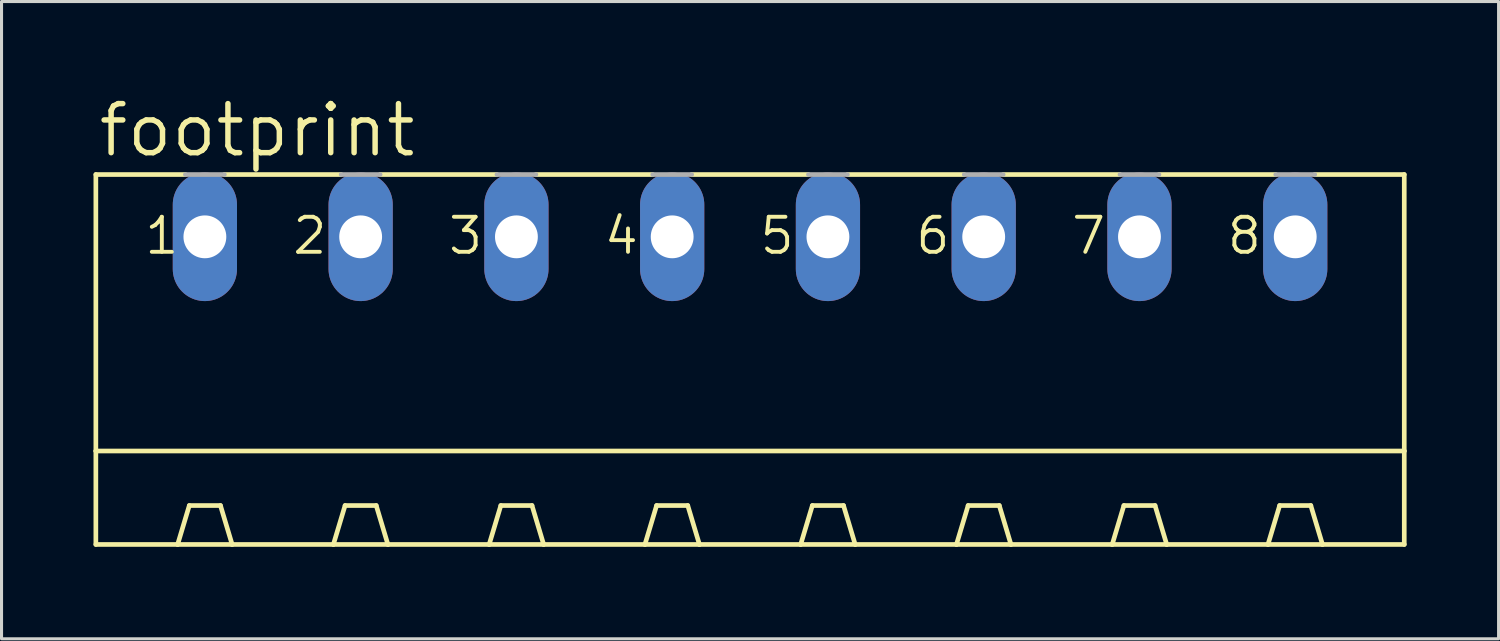
<source format=kicad_pcb>
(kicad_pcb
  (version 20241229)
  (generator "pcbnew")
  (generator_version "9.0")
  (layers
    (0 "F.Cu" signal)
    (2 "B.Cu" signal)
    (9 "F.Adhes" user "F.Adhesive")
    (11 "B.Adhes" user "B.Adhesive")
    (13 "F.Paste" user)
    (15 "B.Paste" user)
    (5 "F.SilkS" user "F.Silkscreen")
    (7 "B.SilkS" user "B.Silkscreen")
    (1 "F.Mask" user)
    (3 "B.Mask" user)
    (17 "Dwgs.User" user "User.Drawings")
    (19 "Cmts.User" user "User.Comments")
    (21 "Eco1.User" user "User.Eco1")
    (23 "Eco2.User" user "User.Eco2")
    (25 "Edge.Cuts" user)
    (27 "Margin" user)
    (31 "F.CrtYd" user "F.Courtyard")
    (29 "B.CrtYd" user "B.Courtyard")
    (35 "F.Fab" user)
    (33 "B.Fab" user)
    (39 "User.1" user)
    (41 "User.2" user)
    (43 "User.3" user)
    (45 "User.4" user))
  (footprint "footprint"
    (layer "F.Cu")
    (at 21.412 9.754)
    (property "Reference" "footprint" (at -21.336 -7.62 0) (layer "F.SilkS") (effects (font (size 1.6 1.6) (thickness 0.178)) (justify left bottom)))
    (fp_line (start -21.336 -7.112) (end -21.336 1.905) (stroke (width 0.152) (type solid)) (layer "F.SilkS"))
    (fp_line (start -21.336 -7.112) (end -18.415 -7.112) (stroke (width 0.152) (type solid)) (layer "F.SilkS"))
    (fp_line (start -21.336 1.905) (end -21.336 4.953) (stroke (width 0.152) (type solid)) (layer "F.SilkS"))
    (fp_line (start -21.336 1.905) (end 21.336 1.905) (stroke (width 0.152) (type solid)) (layer "F.SilkS"))
    (fp_line (start -21.336 4.953) (end -18.669 4.953) (stroke (width 0.152) (type solid)) (layer "F.SilkS"))
    (fp_line (start -18.669 4.953) (end -18.288 3.683) (stroke (width 0.152) (type solid)) (layer "F.SilkS"))
    (fp_line (start -18.669 4.953) (end -16.891 4.953) (stroke (width 0.152) (type solid)) (layer "F.SilkS"))
    (fp_line (start -17.272 3.683) (end -18.288 3.683) (stroke (width 0.152) (type solid)) (layer "F.SilkS"))
    (fp_line (start -17.145 -7.112) (end -13.335 -7.112) (stroke (width 0.152) (type solid)) (layer "F.SilkS"))
    (fp_line (start -16.891 4.953) (end -17.272 3.683) (stroke (width 0.152) (type solid)) (layer "F.SilkS"))
    (fp_line (start -16.891 4.953) (end -13.589 4.953) (stroke (width 0.152) (type solid)) (layer "F.SilkS"))
    (fp_line (start -13.589 4.953) (end -13.208 3.683) (stroke (width 0.152) (type solid)) (layer "F.SilkS"))
    (fp_line (start -13.589 4.953) (end -11.811 4.953) (stroke (width 0.152) (type solid)) (layer "F.SilkS"))
    (fp_line (start -13.208 3.683) (end -12.192 3.683) (stroke (width 0.152) (type solid)) (layer "F.SilkS"))
    (fp_line (start -12.065 -7.112) (end -8.255 -7.112) (stroke (width 0.152) (type solid)) (layer "F.SilkS"))
    (fp_line (start -11.811 4.953) (end -12.192 3.683) (stroke (width 0.152) (type solid)) (layer "F.SilkS"))
    (fp_line (start -11.811 4.953) (end -8.509 4.953) (stroke (width 0.152) (type solid)) (layer "F.SilkS"))
    (fp_line (start -8.509 4.953) (end -8.128 3.683) (stroke (width 0.152) (type solid)) (layer "F.SilkS"))
    (fp_line (start -8.509 4.953) (end -6.731 4.953) (stroke (width 0.152) (type solid)) (layer "F.SilkS"))
    (fp_line (start -8.128 3.683) (end -7.112 3.683) (stroke (width 0.152) (type solid)) (layer "F.SilkS"))
    (fp_line (start -6.985 -7.112) (end -3.175 -7.112) (stroke (width 0.152) (type solid)) (layer "F.SilkS"))
    (fp_line (start -6.731 4.953) (end -7.112 3.683) (stroke (width 0.152) (type solid)) (layer "F.SilkS"))
    (fp_line (start -6.731 4.953) (end -3.429 4.953) (stroke (width 0.152) (type solid)) (layer "F.SilkS"))
    (fp_line (start -3.429 4.953) (end -3.048 3.683) (stroke (width 0.152) (type solid)) (layer "F.SilkS"))
    (fp_line (start -3.429 4.953) (end -1.651 4.953) (stroke (width 0.152) (type solid)) (layer "F.SilkS"))
    (fp_line (start -3.048 3.683) (end -2.032 3.683) (stroke (width 0.152) (type solid)) (layer "F.SilkS"))
    (fp_line (start -1.905 -7.112) (end 1.905 -7.112) (stroke (width 0.152) (type solid)) (layer "F.SilkS"))
    (fp_line (start -1.651 4.953) (end -2.032 3.683) (stroke (width 0.152) (type solid)) (layer "F.SilkS"))
    (fp_line (start -1.651 4.953) (end 1.651 4.953) (stroke (width 0.152) (type solid)) (layer "F.SilkS"))
    (fp_line (start 1.651 4.953) (end 2.032 3.683) (stroke (width 0.152) (type solid)) (layer "F.SilkS"))
    (fp_line (start 1.651 4.953) (end 3.429 4.953) (stroke (width 0.152) (type solid)) (layer "F.SilkS"))
    (fp_line (start 2.032 3.683) (end 3.048 3.683) (stroke (width 0.152) (type solid)) (layer "F.SilkS"))
    (fp_line (start 3.175 -7.112) (end 6.985 -7.112) (stroke (width 0.152) (type solid)) (layer "F.SilkS"))
    (fp_line (start 3.429 4.953) (end 3.048 3.683) (stroke (width 0.152) (type solid)) (layer "F.SilkS"))
    (fp_line (start 3.429 4.953) (end 6.731 4.953) (stroke (width 0.152) (type solid)) (layer "F.SilkS"))
    (fp_line (start 6.731 4.953) (end 7.112 3.683) (stroke (width 0.152) (type solid)) (layer "F.SilkS"))
    (fp_line (start 6.731 4.953) (end 8.509 4.953) (stroke (width 0.152) (type solid)) (layer "F.SilkS"))
    (fp_line (start 7.112 3.683) (end 8.128 3.683) (stroke (width 0.152) (type solid)) (layer "F.SilkS"))
    (fp_line (start 8.255 -7.112) (end 12.065 -7.112) (stroke (width 0.152) (type solid)) (layer "F.SilkS"))
    (fp_line (start 8.509 4.953) (end 8.128 3.683) (stroke (width 0.152) (type solid)) (layer "F.SilkS"))
    (fp_line (start 8.509 4.953) (end 11.811 4.953) (stroke (width 0.152) (type solid)) (layer "F.SilkS"))
    (fp_line (start 11.811 4.953) (end 12.192 3.683) (stroke (width 0.152) (type solid)) (layer "F.SilkS"))
    (fp_line (start 11.811 4.953) (end 13.589 4.953) (stroke (width 0.152) (type solid)) (layer "F.SilkS"))
    (fp_line (start 12.192 3.683) (end 13.208 3.683) (stroke (width 0.152) (type solid)) (layer "F.SilkS"))
    (fp_line (start 13.335 -7.112) (end 17.145 -7.112) (stroke (width 0.152) (type solid)) (layer "F.SilkS"))
    (fp_line (start 13.589 4.953) (end 13.208 3.683) (stroke (width 0.152) (type solid)) (layer "F.SilkS"))
    (fp_line (start 13.589 4.953) (end 16.891 4.953) (stroke (width 0.152) (type solid)) (layer "F.SilkS"))
    (fp_line (start 16.891 4.953) (end 17.272 3.683) (stroke (width 0.152) (type solid)) (layer "F.SilkS"))
    (fp_line (start 16.891 4.953) (end 18.669 4.953) (stroke (width 0.152) (type solid)) (layer "F.SilkS"))
    (fp_line (start 17.272 3.683) (end 18.288 3.683) (stroke (width 0.152) (type solid)) (layer "F.SilkS"))
    (fp_line (start 18.415 -7.112) (end 21.336 -7.112) (stroke (width 0.152) (type solid)) (layer "F.SilkS"))
    (fp_line (start 18.669 4.953) (end 18.288 3.683) (stroke (width 0.152) (type solid)) (layer "F.SilkS"))
    (fp_line (start 18.669 4.953) (end 21.336 4.953) (stroke (width 0.152) (type solid)) (layer "F.SilkS"))
    (fp_line (start 21.336 -7.112) (end 21.336 1.905) (stroke (width 0.152) (type solid)) (layer "F.SilkS"))
    (fp_line (start 21.336 1.905) (end 21.336 4.953) (stroke (width 0.152) (type solid)) (layer "F.SilkS"))
    (fp_line (start -18.415 -7.112) (end -17.145 -7.112) (stroke (width 0.152) (type solid)) (layer "F.Fab"))
    (fp_line (start -13.335 -7.112) (end -12.065 -7.112) (stroke (width 0.152) (type solid)) (layer "F.Fab"))
    (fp_line (start -8.255 -7.112) (end -6.985 -7.112) (stroke (width 0.152) (type solid)) (layer "F.Fab"))
    (fp_line (start -3.175 -7.112) (end -1.905 -7.112) (stroke (width 0.152) (type solid)) (layer "F.Fab"))
    (fp_line (start 1.905 -7.112) (end 3.175 -7.112) (stroke (width 0.152) (type solid)) (layer "F.Fab"))
    (fp_line (start 6.985 -7.112) (end 8.255 -7.112) (stroke (width 0.152) (type solid)) (layer "F.Fab"))
    (fp_line (start 12.065 -7.112) (end 13.335 -7.112) (stroke (width 0.152) (type solid)) (layer "F.Fab"))
    (fp_line (start 17.145 -7.112) (end 18.415 -7.112) (stroke (width 0.152) (type solid)) (layer "F.Fab"))
    (fp_text user "2" (at -14.986 -4.445 0) (layer "F.SilkS") (effects (font (size 1.143 1.143) (thickness 0.127)) (justify left bottom)))
    (fp_text user "6" (at 5.334 -4.445 0) (layer "F.SilkS") (effects (font (size 1.143 1.143) (thickness 0.127)) (justify left bottom)))
    (fp_text user "4" (at -4.826 -4.445 0) (layer "F.SilkS") (effects (font (size 1.143 1.143) (thickness 0.127)) (justify left bottom)))
    (fp_text user "5" (at 0.254 -4.445 0) (layer "F.SilkS") (effects (font (size 1.143 1.143) (thickness 0.127)) (justify left bottom)))
    (fp_text user "3" (at -9.906 -4.445 0) (layer "F.SilkS") (effects (font (size 1.143 1.143) (thickness 0.127)) (justify left bottom)))
    (fp_text user "7" (at 10.414 -4.445 0) (layer "F.SilkS") (effects (font (size 1.143 1.143) (thickness 0.127)) (justify left bottom)))
    (fp_text user "1" (at -19.812 -4.445 0) (layer "F.SilkS") (effects (font (size 1.143 1.143) (thickness 0.127)) (justify left bottom)))
    (fp_text user "8" (at 15.494 -4.445 0) (layer "F.SilkS") (effects (font (size 1.143 1.143) (thickness 0.127)) (justify left bottom)))
    (pad "1" thru_hole oval (at -17.78 -5.08 90) (size 4.191 2.095) (drill 1.397) (layers "*.Cu" "*.Mask"))
    (pad "2" thru_hole oval (at -12.7 -5.08 90) (size 4.191 2.095) (drill 1.397) (layers "*.Cu" "*.Mask"))
    (pad "3" thru_hole oval (at -7.62 -5.08 90) (size 4.191 2.095) (drill 1.397) (layers "*.Cu" "*.Mask"))
    (pad "4" thru_hole oval (at -2.54 -5.08 90) (size 4.191 2.095) (drill 1.397) (layers "*.Cu" "*.Mask"))
    (pad "5" thru_hole oval (at 2.54 -5.08 90) (size 4.191 2.095) (drill 1.397) (layers "*.Cu" "*.Mask"))
    (pad "6" thru_hole oval (at 7.62 -5.08 90) (size 4.191 2.095) (drill 1.397) (layers "*.Cu" "*.Mask"))
    (pad "7" thru_hole oval (at 12.7 -5.08 90) (size 4.191 2.095) (drill 1.397) (layers "*.Cu" "*.Mask"))
    (pad "8" thru_hole oval (at 17.78 -5.08 90) (size 4.191 2.095) (drill 1.397) (layers "*.Cu" "*.Mask")))
  (gr_rect
    (start -3 -3)
    (end 45.824 17.783)
    (stroke (width 0.1) (type default))
    (fill no)
    (layer "Edge.Cuts")))
</source>
